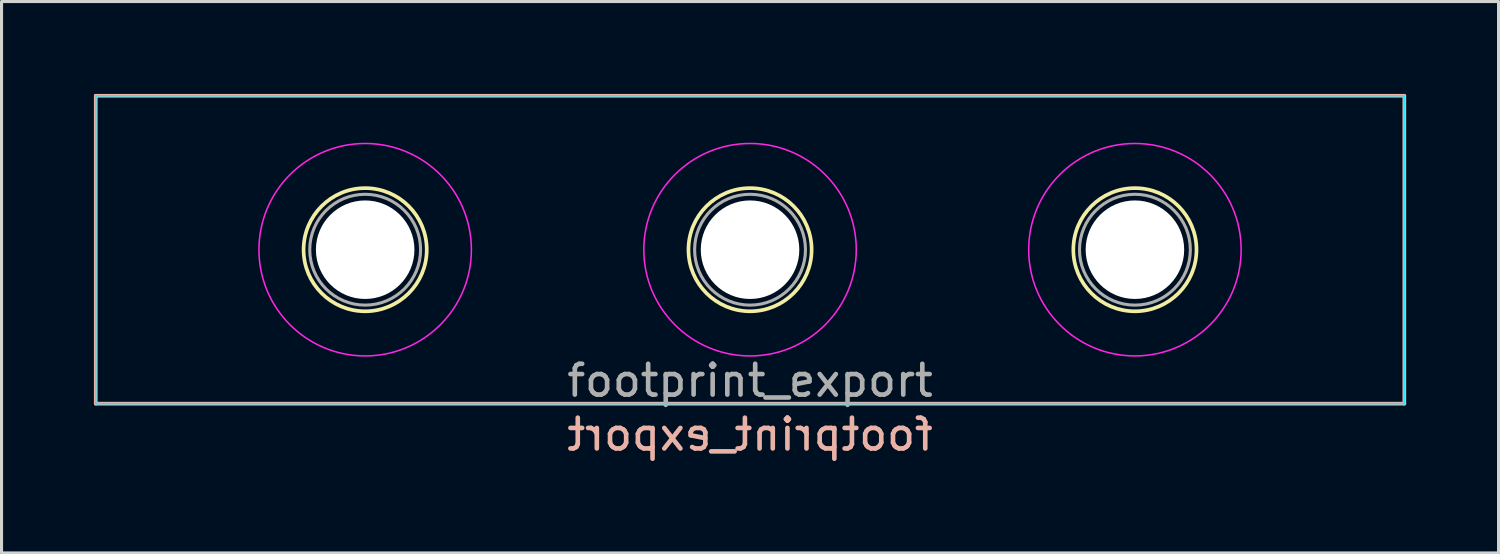
<source format=kicad_pcb>
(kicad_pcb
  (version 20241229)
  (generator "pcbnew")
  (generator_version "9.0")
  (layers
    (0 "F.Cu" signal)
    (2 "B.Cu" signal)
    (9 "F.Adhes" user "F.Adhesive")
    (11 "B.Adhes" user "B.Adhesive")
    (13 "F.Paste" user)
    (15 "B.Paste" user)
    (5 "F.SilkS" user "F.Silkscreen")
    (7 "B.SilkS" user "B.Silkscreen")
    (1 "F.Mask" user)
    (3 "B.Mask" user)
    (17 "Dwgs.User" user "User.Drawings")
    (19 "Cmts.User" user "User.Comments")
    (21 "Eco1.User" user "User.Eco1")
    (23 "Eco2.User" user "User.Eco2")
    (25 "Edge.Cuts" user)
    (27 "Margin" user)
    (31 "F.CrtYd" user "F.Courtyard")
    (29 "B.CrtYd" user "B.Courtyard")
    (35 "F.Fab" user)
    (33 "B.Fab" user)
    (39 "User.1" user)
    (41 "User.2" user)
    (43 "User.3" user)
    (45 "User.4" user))
  (footprint "footprint_export"
    (layer "F.Cu")
    (at 21.31 5.06)
    (property "Reference" "footprint_export" (at 0 6 0) (layer "B.SilkS") (effects (font (size 1 1) (thickness 0.15)) (justify mirror)))
    (attr through_hole)
    (fp_circle (center -12.5 0) (end -10.5 0) (stroke (width 0.12) (type solid)) (fill no) (layer "F.SilkS"))
    (fp_circle (center 0 0) (end 2 0) (stroke (width 0.12) (type solid)) (fill no) (layer "F.SilkS"))
    (fp_circle (center 12.5 0) (end 14.5 0) (stroke (width 0.12) (type solid)) (fill no) (layer "F.SilkS"))
    (fp_line (start -21.25 -5) (end -21.25 5) (stroke (width 0.12) (type solid)) (layer "B.SilkS"))
    (fp_line (start -21.25 5) (end 21.25 5) (stroke (width 0.12) (type solid)) (layer "B.SilkS"))
    (fp_line (start 21.25 -5) (end -21.25 -5) (stroke (width 0.12) (type solid)) (layer "B.SilkS"))
    (fp_line (start 21.25 5) (end 21.25 -5) (stroke (width 0.12) (type solid)) (layer "B.SilkS"))
    (fp_line (start -21.25 -5) (end 21.25 -5) (stroke (width 0.05) (type solid)) (layer "B.CrtYd"))
    (fp_line (start -21.25 5) (end -21.25 -5) (stroke (width 0.05) (type solid)) (layer "B.CrtYd"))
    (fp_line (start 21.25 -5) (end 21.25 5) (stroke (width 0.05) (type solid)) (layer "B.CrtYd"))
    (fp_line (start 21.25 5) (end -21.25 5) (stroke (width 0.05) (type solid)) (layer "B.CrtYd"))
    (fp_circle (center -12.5 0) (end -9.05 0) (stroke (width 0.05) (type solid)) (fill no) (layer "F.CrtYd"))
    (fp_circle (center 0 0) (end 3.45 0) (stroke (width 0.05) (type solid)) (fill no) (layer "F.CrtYd"))
    (fp_circle (center 12.5 0) (end 15.95 0) (stroke (width 0.05) (type solid)) (fill no) (layer "F.CrtYd"))
    (fp_circle (center -12.5 0) (end -10.7 0) (stroke (width 0.1) (type solid)) (fill no) (layer "F.Fab"))
    (fp_circle (center 0 0) (end 1.8 0) (stroke (width 0.1) (type solid)) (fill no) (layer "F.Fab"))
    (fp_circle (center 12.5 0) (end 14.3 0) (stroke (width 0.1) (type solid)) (fill no) (layer "F.Fab"))
    (fp_text user "${REFERENCE}" (at 0 4.25 0) (layer "F.Fab") (effects (font (size 1 1) (thickness 0.15))))
    (pad "" np_thru_hole circle (at -12.5 0) (size 3.2 3.2) (drill 3.2) (layers "*.Cu" "*.Mask"))
    (pad "" np_thru_hole circle (at 0 0) (size 3.2 3.2) (drill 3.2) (layers "*.Cu" "*.Mask"))
    (pad "" np_thru_hole circle (at 12.5 0) (size 3.2 3.2) (drill 3.2) (layers "*.Cu" "*.Mask")))
  (gr_rect
    (start -3 -3)
    (end 45.62 14.908)
    (stroke (width 0.1) (type default))
    (fill no)
    (layer "Edge.Cuts")))
</source>
